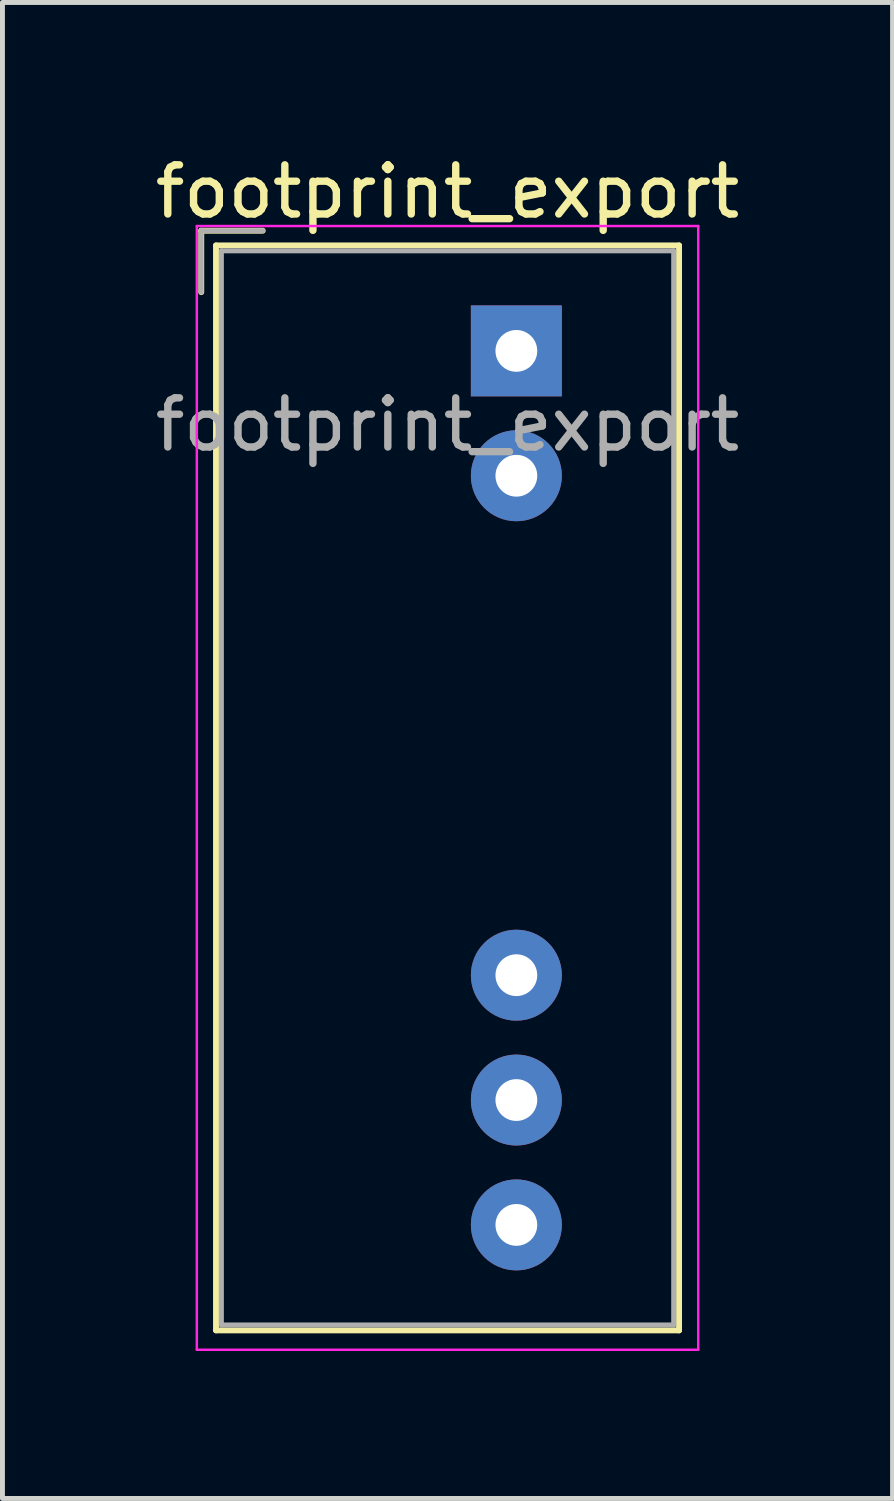
<source format=kicad_pcb>
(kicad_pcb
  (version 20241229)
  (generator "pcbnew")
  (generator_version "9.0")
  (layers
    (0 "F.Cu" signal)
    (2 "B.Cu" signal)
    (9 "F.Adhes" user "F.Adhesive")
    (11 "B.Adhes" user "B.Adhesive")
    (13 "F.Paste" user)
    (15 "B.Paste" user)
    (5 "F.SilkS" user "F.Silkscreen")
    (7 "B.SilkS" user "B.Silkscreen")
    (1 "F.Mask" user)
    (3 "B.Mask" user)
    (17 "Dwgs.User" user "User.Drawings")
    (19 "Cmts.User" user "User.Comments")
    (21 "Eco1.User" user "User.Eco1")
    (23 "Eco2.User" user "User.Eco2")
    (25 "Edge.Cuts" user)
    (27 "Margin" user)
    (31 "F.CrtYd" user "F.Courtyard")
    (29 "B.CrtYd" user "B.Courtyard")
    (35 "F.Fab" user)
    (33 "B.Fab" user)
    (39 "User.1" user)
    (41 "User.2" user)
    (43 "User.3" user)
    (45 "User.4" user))
  (footprint "footprint_export"
    (layer "F.Cu")
    (at 7.454 4.088)
    (property "Reference" "footprint_export" (at -1.4 -3.24 0) (layer "F.SilkS") (effects (font (size 1 1) (thickness 0.15))))
    (attr through_hole)
    (fp_line (start -6.41 -2.445) (end -6.41 -1.195) (stroke (width 0.12) (type solid)) (layer "F.SilkS"))
    (fp_line (start -6.11 -2.145) (end -6.11 19.925) (stroke (width 0.12) (type solid)) (layer "F.SilkS"))
    (fp_line (start -6.11 19.925) (end 3.31 19.925) (stroke (width 0.12) (type solid)) (layer "F.SilkS"))
    (fp_line (start -5.16 -2.445) (end -6.41 -2.445) (stroke (width 0.12) (type solid)) (layer "F.SilkS"))
    (fp_line (start 3.31 -2.145) (end -6.11 -2.145) (stroke (width 0.12) (type solid)) (layer "F.SilkS"))
    (fp_line (start 3.31 19.925) (end 3.31 -2.145) (stroke (width 0.12) (type solid)) (layer "F.SilkS"))
    (fp_line (start -6.5 -2.54) (end -6.5 20.32) (stroke (width 0.05) (type solid)) (layer "F.CrtYd"))
    (fp_line (start -6.5 20.32) (end 3.7 20.32) (stroke (width 0.05) (type solid)) (layer "F.CrtYd"))
    (fp_line (start 3.7 -2.54) (end -6.5 -2.54) (stroke (width 0.05) (type solid)) (layer "F.CrtYd"))
    (fp_line (start 3.7 20.32) (end 3.7 -2.54) (stroke (width 0.05) (type solid)) (layer "F.CrtYd"))
    (fp_line (start -6.41 -2.445) (end -6.41 -1.195) (stroke (width 0.1) (type solid)) (layer "F.Fab"))
    (fp_line (start -6 -2.035) (end -6 19.815) (stroke (width 0.1) (type solid)) (layer "F.Fab"))
    (fp_line (start -6 19.815) (end 3.2 19.815) (stroke (width 0.1) (type solid)) (layer "F.Fab"))
    (fp_line (start -5.16 -2.445) (end -6.41 -2.445) (stroke (width 0.1) (type solid)) (layer "F.Fab"))
    (fp_line (start 3.2 -2.035) (end -6 -2.035) (stroke (width 0.1) (type solid)) (layer "F.Fab"))
    (fp_line (start 3.2 19.815) (end 3.2 -2.035) (stroke (width 0.1) (type solid)) (layer "F.Fab"))
    (fp_text user "${REFERENCE}" (at -1.4 1.5 0) (layer "F.Fab") (effects (font (size 1 1) (thickness 0.15))))
    (pad "1" thru_hole rect (at 0 0) (size 1.85 1.85) (drill 0.85) (layers "*.Cu" "*.Mask"))
    (pad "2" thru_hole circle (at 0 2.54) (size 1.85 1.85) (drill 0.85) (layers "*.Cu" "*.Mask"))
    (pad "6" thru_hole circle (at 0 12.7) (size 1.85 1.85) (drill 0.85) (layers "*.Cu" "*.Mask"))
    (pad "7" thru_hole circle (at 0 15.24) (size 1.85 1.85) (drill 0.85) (layers "*.Cu" "*.Mask"))
    (pad "8" thru_hole circle (at 0 17.78) (size 1.85 1.85) (drill 0.85) (layers "*.Cu" "*.Mask")))
  (gr_rect
    (start -3 -3)
    (end 15.107 27.433)
    (stroke (width 0.1) (type default))
    (fill no)
    (layer "Edge.Cuts")))
</source>
